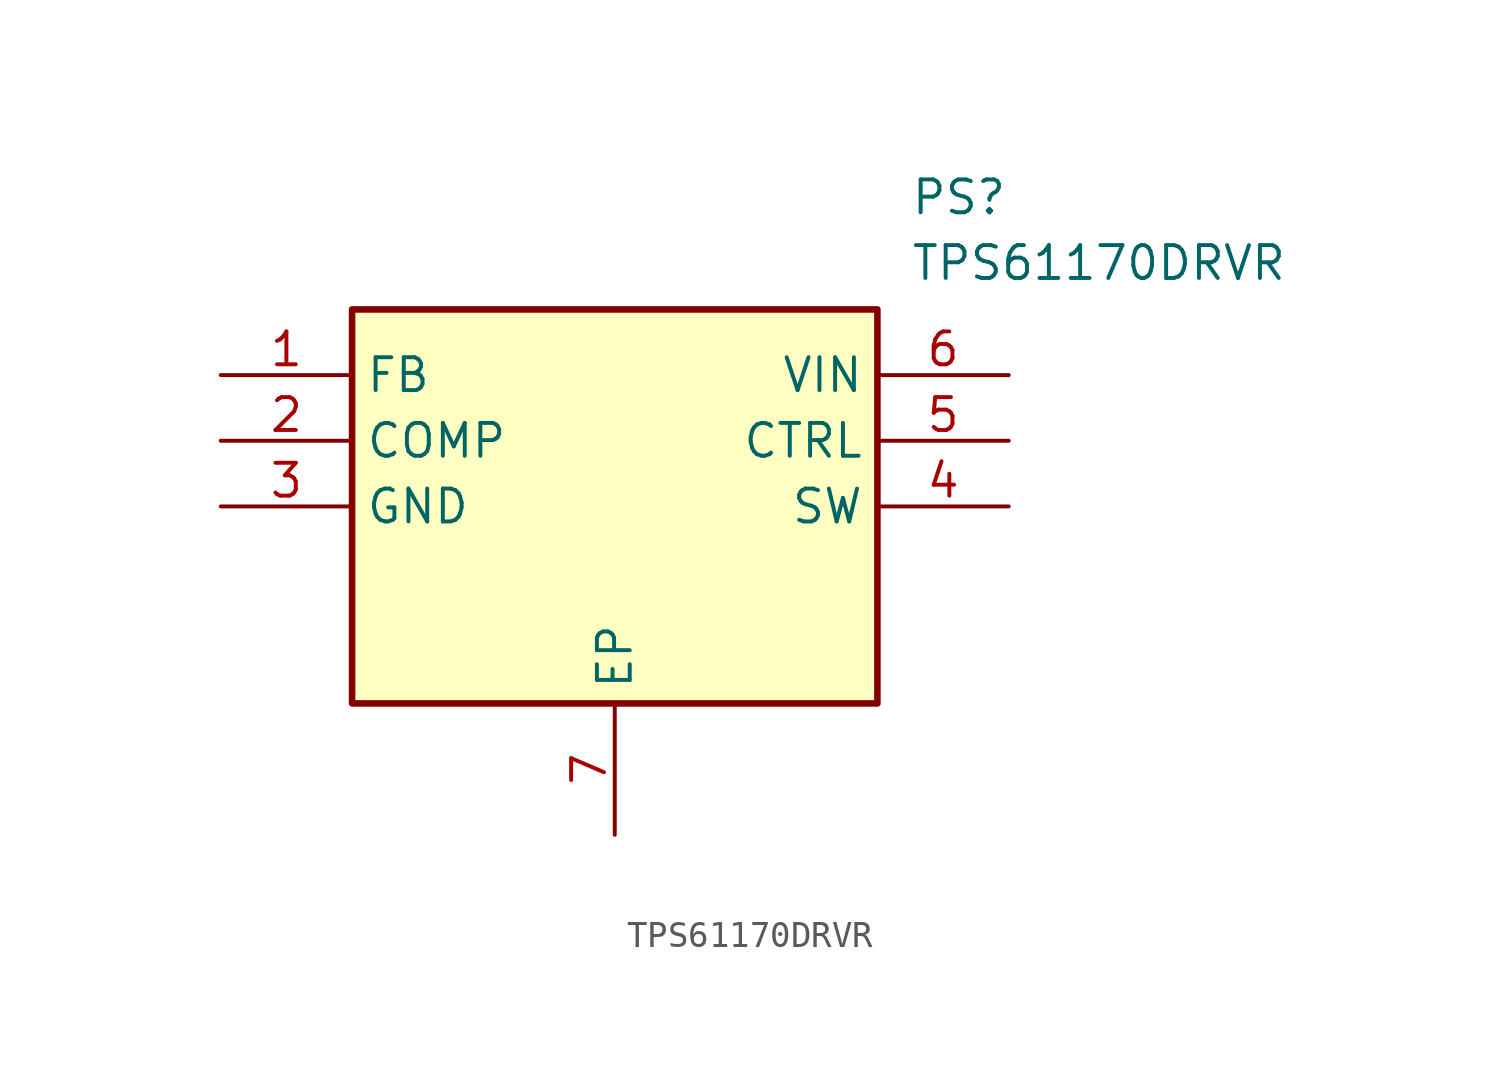
<source format=kicad_sym>
(kicad_symbol_lib
  (version 20211014)
  (generator SamacSys_ECAD_Model)
  (symbol "TPS61170DRVR"
    (property "Reference" "PS"
      (at 26.67 7.62 0)
      (effects (font (size 1.27 1.27)) (justify left top)))
    (property "Value" "TPS61170DRVR"
      (at 26.67 5.08 0)
      (effects (font (size 1.27 1.27)) (justify left top)))
    (rectangle
      (start 5.08 2.54)
      (end 25.4 -12.7)
      (stroke (width 0.254) (type default))
      (fill (type background)))
    (pin input line
      (at 0 0 0)
      (length 5.08)
      (name "FB" (effects (font (size 1.27 1.27))))
      (number "1" (effects (font (size 1.27 1.27)))))
    (pin output line
      (at 0 -2.54 0)
      (length 5.08)
      (name "COMP" (effects (font (size 1.27 1.27))))
      (number "2" (effects (font (size 1.27 1.27)))))
    (pin power_in line
      (at 0 -5.08 0)
      (length 5.08)
      (name "GND" (effects (font (size 1.27 1.27))))
      (number "3" (effects (font (size 1.27 1.27)))))
    (pin power_in line
      (at 15.24 -17.78 90)
      (length 5.08)
      (name "EP" (effects (font (size 1.27 1.27))))
      (number "7" (effects (font (size 1.27 1.27)))))
    (pin power_in line
      (at 30.48 0 180)
      (length 5.08)
      (name "VIN" (effects (font (size 1.27 1.27))))
      (number "6" (effects (font (size 1.27 1.27)))))
    (pin input line
      (at 30.48 -2.54 180)
      (length 5.08)
      (name "CTRL" (effects (font (size 1.27 1.27))))
      (number "5" (effects (font (size 1.27 1.27)))))
    (pin bidirectional line
      (at 30.48 -5.08 180)
      (length 5.08)
      (name "SW" (effects (font (size 1.27 1.27))))
      (number "4" (effects (font (size 1.27 1.27)))))))
</source>
